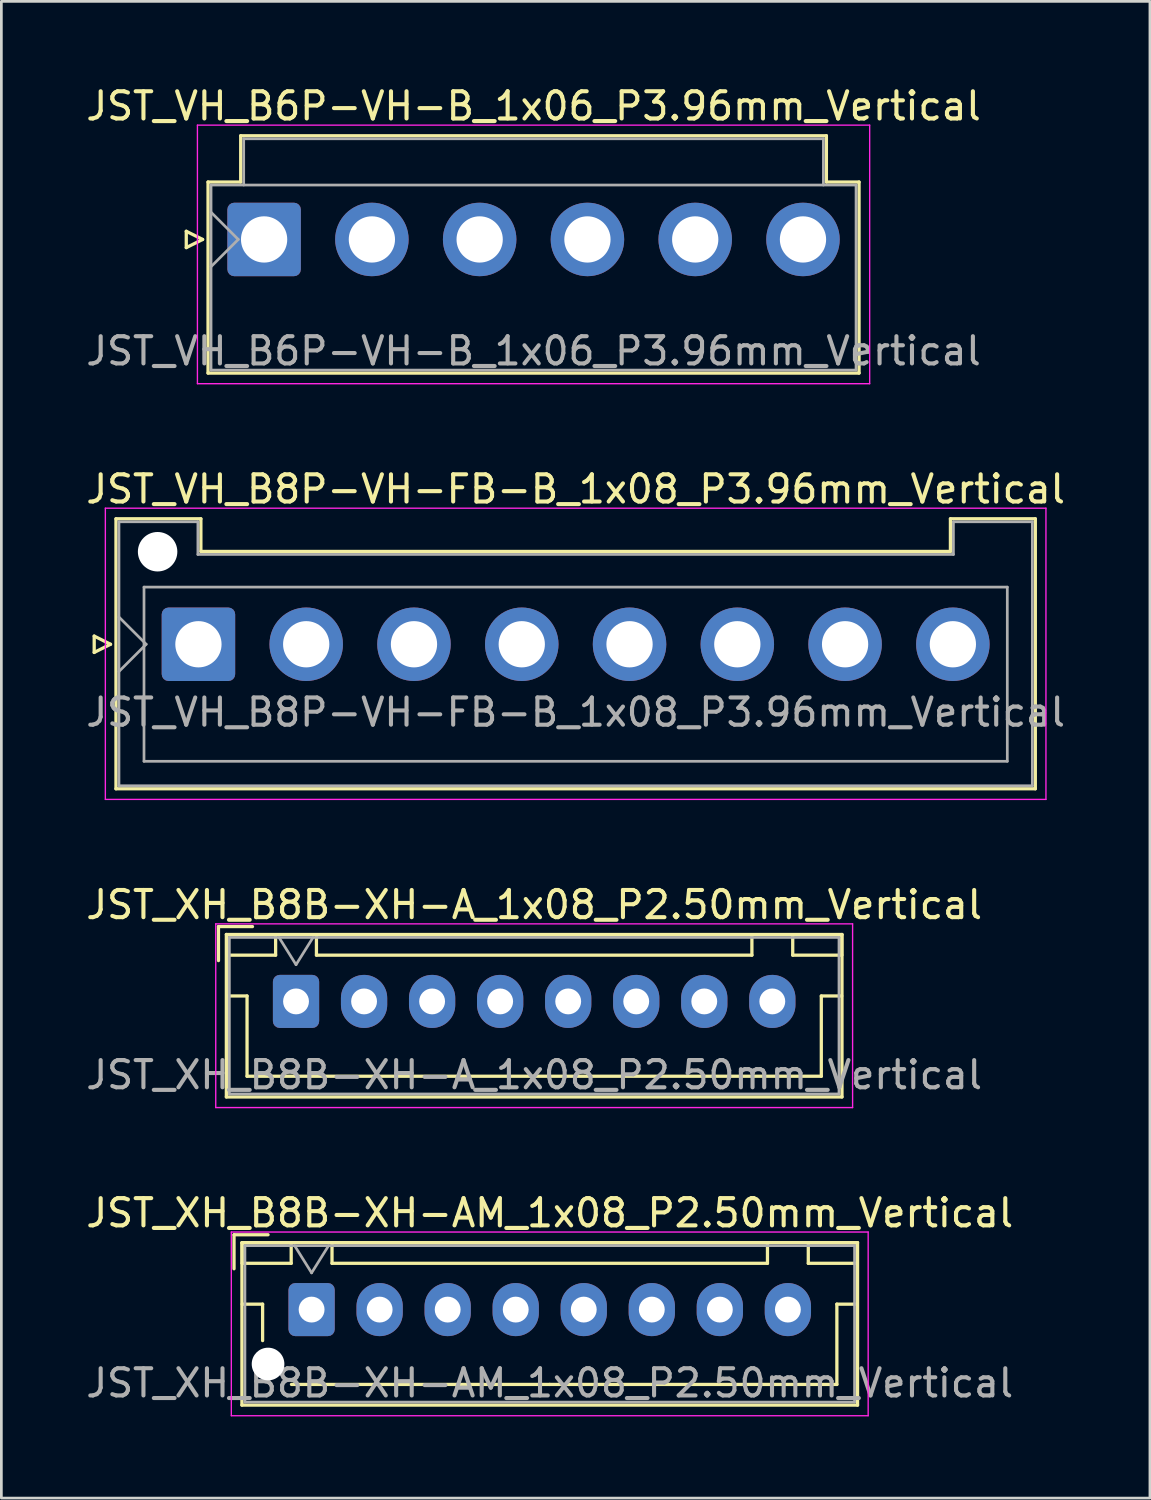
<source format=kicad_pcb>
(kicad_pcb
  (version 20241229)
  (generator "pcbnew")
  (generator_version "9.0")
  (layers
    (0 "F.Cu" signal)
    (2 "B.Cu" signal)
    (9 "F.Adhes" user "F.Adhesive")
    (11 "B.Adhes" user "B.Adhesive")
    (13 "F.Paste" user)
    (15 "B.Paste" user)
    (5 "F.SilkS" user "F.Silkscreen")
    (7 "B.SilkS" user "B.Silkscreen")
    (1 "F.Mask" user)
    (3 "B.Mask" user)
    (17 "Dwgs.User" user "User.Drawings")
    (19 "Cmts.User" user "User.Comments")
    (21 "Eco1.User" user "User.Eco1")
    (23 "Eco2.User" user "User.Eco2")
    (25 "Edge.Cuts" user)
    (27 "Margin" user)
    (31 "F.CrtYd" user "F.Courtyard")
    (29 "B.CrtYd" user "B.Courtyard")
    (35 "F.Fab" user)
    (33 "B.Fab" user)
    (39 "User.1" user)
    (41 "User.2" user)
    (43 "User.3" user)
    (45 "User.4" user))
  (footprint "JST_VH_B6P-VH-B_1x06_P3.96mm_Vertical"
    (layer "F.Cu")
    (at 6.654 5.748)
    (property "Reference" "JST_VH_B6P-VH-B_1x06_P3.96mm_Vertical" (at 9.9 -4.9 0) (layer "F.SilkS") (effects (font (size 1 1) (thickness 0.15))))
    (attr through_hole)
    (fp_line (start -2.86 -0.3) (end -2.26 0) (stroke (width 0.12) (type solid)) (layer "F.SilkS"))
    (fp_line (start -2.86 0.3) (end -2.86 -0.3) (stroke (width 0.12) (type solid)) (layer "F.SilkS"))
    (fp_line (start -2.26 0) (end -2.86 0.3) (stroke (width 0.12) (type solid)) (layer "F.SilkS"))
    (fp_line (start -2.06 -2.11) (end -0.86 -2.11) (stroke (width 0.12) (type solid)) (layer "F.SilkS"))
    (fp_line (start -2.06 4.91) (end -2.06 -2.11) (stroke (width 0.12) (type solid)) (layer "F.SilkS"))
    (fp_line (start -0.86 -3.81) (end 20.66 -3.81) (stroke (width 0.12) (type solid)) (layer "F.SilkS"))
    (fp_line (start -0.86 -2.11) (end -0.86 -3.81) (stroke (width 0.12) (type solid)) (layer "F.SilkS"))
    (fp_line (start 20.66 -3.81) (end 20.66 -2.11) (stroke (width 0.12) (type solid)) (layer "F.SilkS"))
    (fp_line (start 20.66 -2.11) (end 21.86 -2.11) (stroke (width 0.12) (type solid)) (layer "F.SilkS"))
    (fp_line (start 21.86 -2.11) (end 21.86 4.91) (stroke (width 0.12) (type solid)) (layer "F.SilkS"))
    (fp_line (start 21.86 4.91) (end -2.06 4.91) (stroke (width 0.12) (type solid)) (layer "F.SilkS"))
    (fp_line (start -2.45 -4.2) (end -2.45 5.3) (stroke (width 0.05) (type solid)) (layer "F.CrtYd"))
    (fp_line (start -2.45 5.3) (end 22.25 5.3) (stroke (width 0.05) (type solid)) (layer "F.CrtYd"))
    (fp_line (start 22.25 -4.2) (end -2.45 -4.2) (stroke (width 0.05) (type solid)) (layer "F.CrtYd"))
    (fp_line (start 22.25 5.3) (end 22.25 -4.2) (stroke (width 0.05) (type solid)) (layer "F.CrtYd"))
    (fp_line (start -1.95 -2) (end -1.95 4.8) (stroke (width 0.1) (type solid)) (layer "F.Fab"))
    (fp_line (start -1.95 -1) (end -0.95 0) (stroke (width 0.1) (type solid)) (layer "F.Fab"))
    (fp_line (start -1.95 1) (end -0.95 0) (stroke (width 0.1) (type solid)) (layer "F.Fab"))
    (fp_line (start -1.95 4.8) (end 21.75 4.8) (stroke (width 0.1) (type solid)) (layer "F.Fab"))
    (fp_line (start -0.75 -3.7) (end 20.55 -3.7) (stroke (width 0.1) (type solid)) (layer "F.Fab"))
    (fp_line (start -0.75 -2) (end -0.75 -3.7) (stroke (width 0.1) (type solid)) (layer "F.Fab"))
    (fp_line (start 20.55 -3.7) (end 20.55 -2) (stroke (width 0.1) (type solid)) (layer "F.Fab"))
    (fp_line (start 21.75 -2) (end -1.95 -2) (stroke (width 0.1) (type solid)) (layer "F.Fab"))
    (fp_line (start 21.75 4.8) (end 21.75 -2) (stroke (width 0.1) (type solid)) (layer "F.Fab"))
    (fp_text user "${REFERENCE}" (at 9.9 4.1 0) (layer "F.Fab") (effects (font (size 1 1) (thickness 0.15))))
    (pad "1" thru_hole roundrect (at 0 0) (size 2.7 2.7) (drill 1.7) (layers "*.Cu" "*.Mask") (roundrect_rratio 0.093))
    (pad "2" thru_hole circle (at 3.96 0) (size 2.7 2.7) (drill 1.7) (layers "*.Cu" "*.Mask"))
    (pad "3" thru_hole circle (at 7.92 0) (size 2.7 2.7) (drill 1.7) (layers "*.Cu" "*.Mask"))
    (pad "4" thru_hole circle (at 11.88 0) (size 2.7 2.7) (drill 1.7) (layers "*.Cu" "*.Mask"))
    (pad "5" thru_hole circle (at 15.84 0) (size 2.7 2.7) (drill 1.7) (layers "*.Cu" "*.Mask"))
    (pad "6" thru_hole circle (at 19.8 0) (size 2.7 2.7) (drill 1.7) (layers "*.Cu" "*.Mask")))
  (footprint "JST_XH_B8B-XH-AM_1x08_P2.50mm_Vertical"
    (layer "F.Cu")
    (at 8.399 45.068)
    (property "Reference" "JST_XH_B8B-XH-AM_1x08_P2.50mm_Vertical" (at 8.75 -3.55 0) (layer "F.SilkS") (effects (font (size 1 1) (thickness 0.15))))
    (attr through_hole)
    (fp_line (start -2.85 -2.75) (end -2.85 -1.5) (stroke (width 0.12) (type solid)) (layer "F.SilkS"))
    (fp_line (start -2.56 -2.46) (end -2.56 3.51) (stroke (width 0.12) (type solid)) (layer "F.SilkS"))
    (fp_line (start -2.56 3.51) (end 20.06 3.51) (stroke (width 0.12) (type solid)) (layer "F.SilkS"))
    (fp_line (start -2.55 -2.45) (end -2.55 -1.7) (stroke (width 0.12) (type solid)) (layer "F.SilkS"))
    (fp_line (start -2.55 -1.7) (end -0.75 -1.7) (stroke (width 0.12) (type solid)) (layer "F.SilkS"))
    (fp_line (start -2.55 -0.2) (end -1.8 -0.2) (stroke (width 0.12) (type solid)) (layer "F.SilkS"))
    (fp_line (start -1.8 -0.2) (end -1.8 1.14) (stroke (width 0.12) (type solid)) (layer "F.SilkS"))
    (fp_line (start -1.6 -2.75) (end -2.85 -2.75) (stroke (width 0.12) (type solid)) (layer "F.SilkS"))
    (fp_line (start -0.75 -2.45) (end -2.55 -2.45) (stroke (width 0.12) (type solid)) (layer "F.SilkS"))
    (fp_line (start -0.75 -1.7) (end -0.75 -2.45) (stroke (width 0.12) (type solid)) (layer "F.SilkS"))
    (fp_line (start 0.75 -2.45) (end 0.75 -1.7) (stroke (width 0.12) (type solid)) (layer "F.SilkS"))
    (fp_line (start 0.75 -1.7) (end 16.75 -1.7) (stroke (width 0.12) (type solid)) (layer "F.SilkS"))
    (fp_line (start 8.75 2.75) (end -0.74 2.75) (stroke (width 0.12) (type solid)) (layer "F.SilkS"))
    (fp_line (start 16.75 -2.45) (end 0.75 -2.45) (stroke (width 0.12) (type solid)) (layer "F.SilkS"))
    (fp_line (start 16.75 -1.7) (end 16.75 -2.45) (stroke (width 0.12) (type solid)) (layer "F.SilkS"))
    (fp_line (start 18.25 -2.45) (end 18.25 -1.7) (stroke (width 0.12) (type solid)) (layer "F.SilkS"))
    (fp_line (start 18.25 -1.7) (end 20.05 -1.7) (stroke (width 0.12) (type solid)) (layer "F.SilkS"))
    (fp_line (start 19.3 -0.2) (end 19.3 2.75) (stroke (width 0.12) (type solid)) (layer "F.SilkS"))
    (fp_line (start 19.3 2.75) (end 8.75 2.75) (stroke (width 0.12) (type solid)) (layer "F.SilkS"))
    (fp_line (start 20.05 -2.45) (end 18.25 -2.45) (stroke (width 0.12) (type solid)) (layer "F.SilkS"))
    (fp_line (start 20.05 -1.7) (end 20.05 -2.45) (stroke (width 0.12) (type solid)) (layer "F.SilkS"))
    (fp_line (start 20.05 -0.2) (end 19.3 -0.2) (stroke (width 0.12) (type solid)) (layer "F.SilkS"))
    (fp_line (start 20.06 -2.46) (end -2.56 -2.46) (stroke (width 0.12) (type solid)) (layer "F.SilkS"))
    (fp_line (start 20.06 3.51) (end 20.06 -2.46) (stroke (width 0.12) (type solid)) (layer "F.SilkS"))
    (fp_line (start -2.95 -2.85) (end -2.95 3.9) (stroke (width 0.05) (type solid)) (layer "F.CrtYd"))
    (fp_line (start -2.95 3.9) (end 20.45 3.9) (stroke (width 0.05) (type solid)) (layer "F.CrtYd"))
    (fp_line (start 20.45 -2.85) (end -2.95 -2.85) (stroke (width 0.05) (type solid)) (layer "F.CrtYd"))
    (fp_line (start 20.45 3.9) (end 20.45 -2.85) (stroke (width 0.05) (type solid)) (layer "F.CrtYd"))
    (fp_line (start -2.45 -2.35) (end -2.45 3.4) (stroke (width 0.1) (type solid)) (layer "F.Fab"))
    (fp_line (start -2.45 3.4) (end 19.95 3.4) (stroke (width 0.1) (type solid)) (layer "F.Fab"))
    (fp_line (start -0.625 -2.35) (end 0 -1.35) (stroke (width 0.1) (type solid)) (layer "F.Fab"))
    (fp_line (start 0 -1.35) (end 0.625 -2.35) (stroke (width 0.1) (type solid)) (layer "F.Fab"))
    (fp_line (start 19.95 -2.35) (end -2.45 -2.35) (stroke (width 0.1) (type solid)) (layer "F.Fab"))
    (fp_line (start 19.95 3.4) (end 19.95 -2.35) (stroke (width 0.1) (type solid)) (layer "F.Fab"))
    (fp_text user "${REFERENCE}" (at 8.75 2.7 0) (layer "F.Fab") (effects (font (size 1 1) (thickness 0.15))))
    (pad "" np_thru_hole circle (at -1.6 2) (size 1.2 1.2) (drill 1.2) (layers "*.Cu" "*.Mask"))
    (pad "1" thru_hole roundrect (at 0 0) (size 1.7 1.95) (drill 0.95) (layers "*.Cu" "*.Mask") (roundrect_rratio 0.147))
    (pad "2" thru_hole oval (at 2.5 0) (size 1.7 1.95) (drill 0.95) (layers "*.Cu" "*.Mask"))
    (pad "3" thru_hole oval (at 5 0) (size 1.7 1.95) (drill 0.95) (layers "*.Cu" "*.Mask"))
    (pad "4" thru_hole oval (at 7.5 0) (size 1.7 1.95) (drill 0.95) (layers "*.Cu" "*.Mask"))
    (pad "5" thru_hole oval (at 10 0) (size 1.7 1.95) (drill 0.95) (layers "*.Cu" "*.Mask"))
    (pad "6" thru_hole oval (at 12.5 0) (size 1.7 1.95) (drill 0.95) (layers "*.Cu" "*.Mask"))
    (pad "7" thru_hole oval (at 15 0) (size 1.7 1.95) (drill 0.95) (layers "*.Cu" "*.Mask"))
    (pad "8" thru_hole oval (at 17.5 0) (size 1.7 1.95) (drill 0.95) (layers "*.Cu" "*.Mask")))
  (footprint "JST_XH_B8B-XH-A_1x08_P2.50mm_Vertical"
    (layer "F.Cu")
    (at 7.827 33.745)
    (property "Reference" "JST_XH_B8B-XH-A_1x08_P2.50mm_Vertical" (at 8.75 -3.55 0) (layer "F.SilkS") (effects (font (size 1 1) (thickness 0.15))))
    (attr through_hole)
    (fp_line (start -2.85 -2.75) (end -2.85 -1.5) (stroke (width 0.12) (type solid)) (layer "F.SilkS"))
    (fp_line (start -2.56 -2.46) (end -2.56 3.51) (stroke (width 0.12) (type solid)) (layer "F.SilkS"))
    (fp_line (start -2.56 3.51) (end 20.06 3.51) (stroke (width 0.12) (type solid)) (layer "F.SilkS"))
    (fp_line (start -2.55 -2.45) (end -2.55 -1.7) (stroke (width 0.12) (type solid)) (layer "F.SilkS"))
    (fp_line (start -2.55 -1.7) (end -0.75 -1.7) (stroke (width 0.12) (type solid)) (layer "F.SilkS"))
    (fp_line (start -2.55 -0.2) (end -1.8 -0.2) (stroke (width 0.12) (type solid)) (layer "F.SilkS"))
    (fp_line (start -1.8 -0.2) (end -1.8 2.75) (stroke (width 0.12) (type solid)) (layer "F.SilkS"))
    (fp_line (start -1.8 2.75) (end 8.75 2.75) (stroke (width 0.12) (type solid)) (layer "F.SilkS"))
    (fp_line (start -1.6 -2.75) (end -2.85 -2.75) (stroke (width 0.12) (type solid)) (layer "F.SilkS"))
    (fp_line (start -0.75 -2.45) (end -2.55 -2.45) (stroke (width 0.12) (type solid)) (layer "F.SilkS"))
    (fp_line (start -0.75 -1.7) (end -0.75 -2.45) (stroke (width 0.12) (type solid)) (layer "F.SilkS"))
    (fp_line (start 0.75 -2.45) (end 0.75 -1.7) (stroke (width 0.12) (type solid)) (layer "F.SilkS"))
    (fp_line (start 0.75 -1.7) (end 16.75 -1.7) (stroke (width 0.12) (type solid)) (layer "F.SilkS"))
    (fp_line (start 16.75 -2.45) (end 0.75 -2.45) (stroke (width 0.12) (type solid)) (layer "F.SilkS"))
    (fp_line (start 16.75 -1.7) (end 16.75 -2.45) (stroke (width 0.12) (type solid)) (layer "F.SilkS"))
    (fp_line (start 18.25 -2.45) (end 18.25 -1.7) (stroke (width 0.12) (type solid)) (layer "F.SilkS"))
    (fp_line (start 18.25 -1.7) (end 20.05 -1.7) (stroke (width 0.12) (type solid)) (layer "F.SilkS"))
    (fp_line (start 19.3 -0.2) (end 19.3 2.75) (stroke (width 0.12) (type solid)) (layer "F.SilkS"))
    (fp_line (start 19.3 2.75) (end 8.75 2.75) (stroke (width 0.12) (type solid)) (layer "F.SilkS"))
    (fp_line (start 20.05 -2.45) (end 18.25 -2.45) (stroke (width 0.12) (type solid)) (layer "F.SilkS"))
    (fp_line (start 20.05 -1.7) (end 20.05 -2.45) (stroke (width 0.12) (type solid)) (layer "F.SilkS"))
    (fp_line (start 20.05 -0.2) (end 19.3 -0.2) (stroke (width 0.12) (type solid)) (layer "F.SilkS"))
    (fp_line (start 20.06 -2.46) (end -2.56 -2.46) (stroke (width 0.12) (type solid)) (layer "F.SilkS"))
    (fp_line (start 20.06 3.51) (end 20.06 -2.46) (stroke (width 0.12) (type solid)) (layer "F.SilkS"))
    (fp_line (start -2.95 -2.85) (end -2.95 3.9) (stroke (width 0.05) (type solid)) (layer "F.CrtYd"))
    (fp_line (start -2.95 3.9) (end 20.45 3.9) (stroke (width 0.05) (type solid)) (layer "F.CrtYd"))
    (fp_line (start 20.45 -2.85) (end -2.95 -2.85) (stroke (width 0.05) (type solid)) (layer "F.CrtYd"))
    (fp_line (start 20.45 3.9) (end 20.45 -2.85) (stroke (width 0.05) (type solid)) (layer "F.CrtYd"))
    (fp_line (start -2.45 -2.35) (end -2.45 3.4) (stroke (width 0.1) (type solid)) (layer "F.Fab"))
    (fp_line (start -2.45 3.4) (end 19.95 3.4) (stroke (width 0.1) (type solid)) (layer "F.Fab"))
    (fp_line (start -0.625 -2.35) (end 0 -1.35) (stroke (width 0.1) (type solid)) (layer "F.Fab"))
    (fp_line (start 0 -1.35) (end 0.625 -2.35) (stroke (width 0.1) (type solid)) (layer "F.Fab"))
    (fp_line (start 19.95 -2.35) (end -2.45 -2.35) (stroke (width 0.1) (type solid)) (layer "F.Fab"))
    (fp_line (start 19.95 3.4) (end 19.95 -2.35) (stroke (width 0.1) (type solid)) (layer "F.Fab"))
    (fp_text user "${REFERENCE}" (at 8.75 2.7 0) (layer "F.Fab") (effects (font (size 1 1) (thickness 0.15))))
    (pad "1" thru_hole roundrect (at 0 0) (size 1.7 1.95) (drill 0.95) (layers "*.Cu" "*.Mask") (roundrect_rratio 0.147))
    (pad "2" thru_hole oval (at 2.5 0) (size 1.7 1.95) (drill 0.95) (layers "*.Cu" "*.Mask"))
    (pad "3" thru_hole oval (at 5 0) (size 1.7 1.95) (drill 0.95) (layers "*.Cu" "*.Mask"))
    (pad "4" thru_hole oval (at 7.5 0) (size 1.7 1.95) (drill 0.95) (layers "*.Cu" "*.Mask"))
    (pad "5" thru_hole oval (at 10 0) (size 1.7 1.95) (drill 0.95) (layers "*.Cu" "*.Mask"))
    (pad "6" thru_hole oval (at 12.5 0) (size 1.7 1.95) (drill 0.95) (layers "*.Cu" "*.Mask"))
    (pad "7" thru_hole oval (at 15 0) (size 1.7 1.95) (drill 0.95) (layers "*.Cu" "*.Mask"))
    (pad "8" thru_hole oval (at 17.5 0) (size 1.7 1.95) (drill 0.95) (layers "*.Cu" "*.Mask")))
  (footprint "JST_VH_B8P-VH-FB-B_1x08_P3.96mm_Vertical"
    (layer "F.Cu")
    (at 4.241 20.622)
    (property "Reference" "JST_VH_B8P-VH-FB-B_1x08_P3.96mm_Vertical" (at 13.86 -5.7 0) (layer "F.SilkS") (effects (font (size 1 1) (thickness 0.15))))
    (attr through_hole)
    (fp_line (start -3.83 -0.3) (end -3.23 0) (stroke (width 0.12) (type solid)) (layer "F.SilkS"))
    (fp_line (start -3.83 0.3) (end -3.83 -0.3) (stroke (width 0.12) (type solid)) (layer "F.SilkS"))
    (fp_line (start -3.23 0) (end -3.83 0.3) (stroke (width 0.12) (type solid)) (layer "F.SilkS"))
    (fp_line (start -3.03 -4.61) (end 0.09 -4.61) (stroke (width 0.12) (type solid)) (layer "F.SilkS"))
    (fp_line (start -3.03 5.31) (end -3.03 -4.61) (stroke (width 0.12) (type solid)) (layer "F.SilkS"))
    (fp_line (start 0.09 -4.61) (end 0.09 -3.41) (stroke (width 0.12) (type solid)) (layer "F.SilkS"))
    (fp_line (start 0.09 -3.41) (end 27.63 -3.41) (stroke (width 0.12) (type solid)) (layer "F.SilkS"))
    (fp_line (start 27.63 -4.61) (end 30.75 -4.61) (stroke (width 0.12) (type solid)) (layer "F.SilkS"))
    (fp_line (start 27.63 -3.41) (end 27.63 -4.61) (stroke (width 0.12) (type solid)) (layer "F.SilkS"))
    (fp_line (start 30.75 -4.61) (end 30.75 5.31) (stroke (width 0.12) (type solid)) (layer "F.SilkS"))
    (fp_line (start 30.75 5.31) (end -3.03 5.31) (stroke (width 0.12) (type solid)) (layer "F.SilkS"))
    (fp_line (start -3.42 -5) (end -3.42 5.7) (stroke (width 0.05) (type solid)) (layer "F.CrtYd"))
    (fp_line (start -3.42 5.7) (end 31.14 5.7) (stroke (width 0.05) (type solid)) (layer "F.CrtYd"))
    (fp_line (start 31.14 -5) (end -3.42 -5) (stroke (width 0.05) (type solid)) (layer "F.CrtYd"))
    (fp_line (start 31.14 5.7) (end 31.14 -5) (stroke (width 0.05) (type solid)) (layer "F.CrtYd"))
    (fp_line (start -2.92 -4.5) (end -0.02 -4.5) (stroke (width 0.1) (type solid)) (layer "F.Fab"))
    (fp_line (start -2.92 -1) (end -1.92 0) (stroke (width 0.1) (type solid)) (layer "F.Fab"))
    (fp_line (start -2.92 1) (end -1.92 0) (stroke (width 0.1) (type solid)) (layer "F.Fab"))
    (fp_line (start -2.92 5.2) (end -2.92 -4.5) (stroke (width 0.1) (type solid)) (layer "F.Fab"))
    (fp_line (start -2 -2.1) (end 29.72 -2.1) (stroke (width 0.1) (type solid)) (layer "F.Fab"))
    (fp_line (start -2 4.3) (end -2 -2.1) (stroke (width 0.1) (type solid)) (layer "F.Fab"))
    (fp_line (start -0.02 -4.5) (end -0.02 -3.3) (stroke (width 0.1) (type solid)) (layer "F.Fab"))
    (fp_line (start -0.02 -3.3) (end 27.74 -3.3) (stroke (width 0.1) (type solid)) (layer "F.Fab"))
    (fp_line (start 27.74 -4.5) (end 30.64 -4.5) (stroke (width 0.1) (type solid)) (layer "F.Fab"))
    (fp_line (start 27.74 -3.3) (end 27.74 -4.5) (stroke (width 0.1) (type solid)) (layer "F.Fab"))
    (fp_line (start 29.72 -2.1) (end 29.72 4.3) (stroke (width 0.1) (type solid)) (layer "F.Fab"))
    (fp_line (start 29.72 4.3) (end -2 4.3) (stroke (width 0.1) (type solid)) (layer "F.Fab"))
    (fp_line (start 30.64 -4.5) (end 30.64 5.2) (stroke (width 0.1) (type solid)) (layer "F.Fab"))
    (fp_line (start 30.64 5.2) (end -2.92 5.2) (stroke (width 0.1) (type solid)) (layer "F.Fab"))
    (fp_text user "${REFERENCE}" (at 13.86 2.5 0) (layer "F.Fab") (effects (font (size 1 1) (thickness 0.15))))
    (pad "" np_thru_hole circle (at -1.5 -3.4) (size 1.45 1.45) (drill 1.45) (layers "*.Cu" "*.Mask"))
    (pad "1" thru_hole roundrect (at 0 0) (size 2.7 2.7) (drill 1.7) (layers "*.Cu" "*.Mask") (roundrect_rratio 0.093))
    (pad "2" thru_hole circle (at 3.96 0) (size 2.7 2.7) (drill 1.7) (layers "*.Cu" "*.Mask"))
    (pad "3" thru_hole circle (at 7.92 0) (size 2.7 2.7) (drill 1.7) (layers "*.Cu" "*.Mask"))
    (pad "4" thru_hole circle (at 11.88 0) (size 2.7 2.7) (drill 1.7) (layers "*.Cu" "*.Mask"))
    (pad "5" thru_hole circle (at 15.84 0) (size 2.7 2.7) (drill 1.7) (layers "*.Cu" "*.Mask"))
    (pad "6" thru_hole circle (at 19.8 0) (size 2.7 2.7) (drill 1.7) (layers "*.Cu" "*.Mask"))
    (pad "7" thru_hole circle (at 23.76 0) (size 2.7 2.7) (drill 1.7) (layers "*.Cu" "*.Mask"))
    (pad "8" thru_hole circle (at 27.72 0) (size 2.7 2.7) (drill 1.7) (layers "*.Cu" "*.Mask")))
  (gr_rect
    (start -3 -3)
    (end 39.202 51.993)
    (stroke (width 0.1) (type default))
    (fill no)
    (layer "Edge.Cuts")))
</source>
